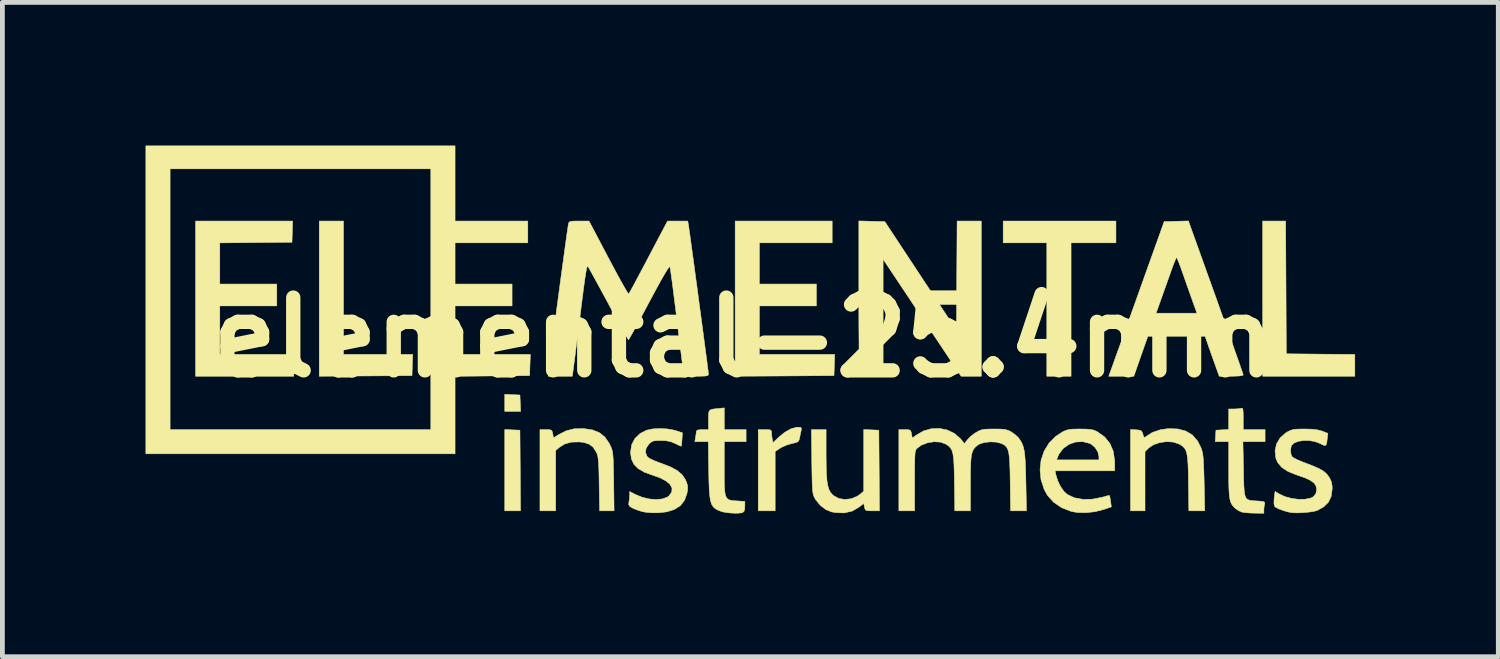
<source format=kicad_pcb>
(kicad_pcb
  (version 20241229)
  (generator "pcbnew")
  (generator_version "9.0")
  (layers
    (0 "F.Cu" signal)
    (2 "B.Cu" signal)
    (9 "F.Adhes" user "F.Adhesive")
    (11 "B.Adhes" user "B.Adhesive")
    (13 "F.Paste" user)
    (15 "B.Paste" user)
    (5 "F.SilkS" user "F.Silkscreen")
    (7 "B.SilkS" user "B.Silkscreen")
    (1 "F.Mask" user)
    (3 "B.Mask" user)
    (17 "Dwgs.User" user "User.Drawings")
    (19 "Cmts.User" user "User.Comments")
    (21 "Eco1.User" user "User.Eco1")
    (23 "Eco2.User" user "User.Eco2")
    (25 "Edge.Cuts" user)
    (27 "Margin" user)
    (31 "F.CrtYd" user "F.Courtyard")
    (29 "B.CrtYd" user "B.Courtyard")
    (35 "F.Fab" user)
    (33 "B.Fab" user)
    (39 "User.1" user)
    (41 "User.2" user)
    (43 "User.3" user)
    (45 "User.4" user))
  (footprint "elemental-25.4mm"
    (layer "F.Cu")
    (at 12.527 4.018)
    (property "Reference" "elemental-25.4mm" (at 0 0 0) (layer "F.SilkS") (effects (font (size 1.524 1.524) (thickness 0.3))))
    (attr through_hole)
    (fp_poly (pts (xy -4.845 1.936) (xy -4.686 1.943) (xy -4.673 3.632) (xy -5.004 3.632) (xy -5.004 1.928) (xy -4.845 1.936)) (stroke (width 0.01) (type solid)) (fill yes) (layer "F.SilkS"))
    (fp_poly (pts (xy -4.845 1.199) (xy -4.686 1.206) (xy -4.679 1.378) (xy -4.671 1.549) (xy -5.004 1.549) (xy -5.004 1.191) (xy -4.845 1.199)) (stroke (width 0.01) (type solid)) (fill yes) (layer "F.SilkS"))
    (fp_poly (pts (xy 11.367 0.343) (xy 12.084 0.35) (xy 12.802 0.356) (xy 12.802 0.813) (xy 10.871 0.813) (xy 10.871 -2.438) (xy 11.353 -2.438) (xy 11.367 0.343)) (stroke (width 0.01) (type solid)) (fill yes) (layer "F.SilkS"))
    (fp_poly (pts (xy -8.382 0.356) (xy -6.932 0.356) (xy -6.94 0.578) (xy -6.947 0.8) (xy -7.918 0.807) (xy -8.89 0.813) (xy -8.89 -2.438) (xy -8.382 -2.438) (xy -8.382 0.356)) (stroke (width 0.01) (type solid)) (fill yes) (layer "F.SilkS"))
    (fp_poly (pts (xy 7.798 -1.981) (xy 6.858 -1.981) (xy 6.858 0.813) (xy 6.35 0.813) (xy 6.35 -1.981) (xy 5.436 -1.981) (xy 5.436 -2.438) (xy 7.798 -2.438) (xy 7.798 -1.981)) (stroke (width 0.01) (type solid)) (fill yes) (layer "F.SilkS"))
    (fp_poly (pts (xy -9.454 -2.216) (xy -9.461 -1.994) (xy -10.217 -1.987) (xy -10.973 -1.98) (xy -10.973 -1.118) (xy -9.779 -1.118) (xy -9.779 -0.66) (xy -10.973 -0.66) (xy -10.973 0.356) (xy -9.423 0.356) (xy -9.423 0.813) (xy -11.481 0.813) (xy -11.481 -2.438) (xy -9.447 -2.438) (xy -9.454 -2.216)) (stroke (width 0.01) (type solid)) (fill yes) (layer "F.SilkS"))
    (fp_poly (pts (xy 1.854 -1.981) (xy 0.33 -1.981) (xy 0.33 -1.118) (xy 1.524 -1.118) (xy 1.524 -0.66) (xy 0.33 -0.66) (xy 0.33 0.356) (xy 1.907 0.356) (xy 1.9 0.578) (xy 1.892 0.8) (xy 0.857 0.807) (xy -0.178 0.813) (xy -0.178 -2.438) (xy 1.854 -2.438) (xy 1.854 -1.981)) (stroke (width 0.01) (type solid)) (fill yes) (layer "F.SilkS"))
    (fp_poly (pts (xy -6.045 -2.438) (xy -4.521 -2.438) (xy -4.521 -1.981) (xy -6.045 -1.981) (xy -6.045 -1.118) (xy -4.851 -1.118) (xy -4.851 -0.66) (xy -6.045 -0.66) (xy -6.045 0.356) (xy -4.468 0.356) (xy -4.476 0.578) (xy -4.483 0.8) (xy -6.045 0.814) (xy -6.045 2.438) (xy -12.522 2.438) (xy -12.522 -3.531) (xy -12.014 -3.531) (xy -12.014 1.93) (xy -6.553 1.93) (xy -6.553 -3.531) (xy -12.014 -3.531) (xy -12.522 -3.531) (xy -12.522 -4.013) (xy -6.045 -4.013) (xy -6.045 -2.438)) (stroke (width 0.01) (type solid)) (fill yes) (layer "F.SilkS"))
    (fp_poly (pts (xy 2.685 -2.433) (xy 2.957 -2.426) (xy 4.458 -0.15) (xy 4.464 -1.294) (xy 4.471 -2.438) (xy 4.725 -2.438) (xy 4.978 -2.438) (xy 4.978 0.813) (xy 4.555 0.813) (xy 3.738 -0.413) (xy 2.921 -1.638) (xy 2.921 0.813) (xy 2.684 0.813) (xy 2.579 0.811) (xy 2.494 0.807) (xy 2.441 0.8) (xy 2.43 0.796) (xy 2.427 0.768) (xy 2.424 0.694) (xy 2.422 0.578) (xy 2.419 0.424) (xy 2.417 0.236) (xy 2.416 0.019) (xy 2.414 -0.222) (xy 2.413 -0.484) (xy 2.413 -0.762) (xy 2.413 -0.831) (xy 2.413 -2.44) (xy 2.685 -2.433)) (stroke (width 0.01) (type solid)) (fill yes) (layer "F.SilkS"))
    (fp_poly (pts (xy 1.194 1.884) (xy 1.211 1.905) (xy 1.207 1.937) (xy 1.193 2) (xy 1.177 2.08) (xy 1.174 2.094) (xy 1.16 2.151) (xy 1.138 2.184) (xy 1.094 2.204) (xy 1.013 2.221) (xy 1.012 2.222) (xy 0.908 2.252) (xy 0.807 2.295) (xy 0.765 2.319) (xy 0.66 2.388) (xy 0.66 3.632) (xy 0.305 3.632) (xy 0.305 1.93) (xy 0.445 1.93) (xy 0.525 1.932) (xy 0.566 1.941) (xy 0.582 1.962) (xy 0.584 1.991) (xy 0.589 2.062) (xy 0.599 2.128) (xy 0.615 2.204) (xy 0.731 2.093) (xy 0.858 1.989) (xy 0.986 1.916) (xy 1.105 1.882) (xy 1.139 1.88) (xy 1.194 1.884)) (stroke (width 0.01) (type solid)) (fill yes) (layer "F.SilkS"))
    (fp_poly (pts (xy -3.346 1.91) (xy -3.166 1.937) (xy -3.022 1.994) (xy -2.908 2.086) (xy -2.817 2.217) (xy -2.789 2.274) (xy -2.77 2.316) (xy -2.756 2.359) (xy -2.746 2.409) (xy -2.738 2.474) (xy -2.732 2.561) (xy -2.728 2.677) (xy -2.725 2.83) (xy -2.722 3.016) (xy -2.714 3.632) (xy -3.017 3.632) (xy -3.027 3.067) (xy -3.03 2.879) (xy -3.034 2.735) (xy -3.04 2.626) (xy -3.047 2.547) (xy -3.056 2.488) (xy -3.069 2.443) (xy -3.085 2.405) (xy -3.087 2.402) (xy -3.153 2.3) (xy -3.237 2.235) (xy -3.35 2.199) (xy -3.439 2.189) (xy -3.609 2.193) (xy -3.749 2.232) (xy -3.861 2.303) (xy -3.937 2.367) (xy -3.937 3.632) (xy -4.267 3.632) (xy -4.267 1.93) (xy -4.141 1.93) (xy -4.066 1.932) (xy -4.027 1.944) (xy -4.008 1.975) (xy -3.999 2.017) (xy -3.983 2.104) (xy -3.871 2.033) (xy -3.715 1.955) (xy -3.55 1.914) (xy -3.361 1.909) (xy -3.346 1.91)) (stroke (width 0.01) (type solid)) (fill yes) (layer "F.SilkS"))
    (fp_poly (pts (xy 2.673 1.936) (xy 2.832 1.943) (xy 2.845 3.632) (xy 2.696 3.632) (xy 2.612 3.631) (xy 2.566 3.623) (xy 2.544 3.601) (xy 2.532 3.561) (xy 2.531 3.555) (xy 2.515 3.477) (xy 2.42 3.552) (xy 2.274 3.637) (xy 2.108 3.676) (xy 1.92 3.669) (xy 1.84 3.654) (xy 1.72 3.605) (xy 1.606 3.518) (xy 1.513 3.405) (xy 1.492 3.369) (xy 1.474 3.335) (xy 1.461 3.299) (xy 1.451 3.255) (xy 1.443 3.196) (xy 1.438 3.115) (xy 1.434 3.006) (xy 1.431 2.862) (xy 1.428 2.676) (xy 1.427 2.597) (xy 1.419 1.93) (xy 1.727 1.93) (xy 1.727 2.459) (xy 1.729 2.68) (xy 1.734 2.857) (xy 1.745 2.995) (xy 1.762 3.102) (xy 1.786 3.183) (xy 1.819 3.245) (xy 1.862 3.295) (xy 1.879 3.31) (xy 1.989 3.372) (xy 2.118 3.394) (xy 2.253 3.379) (xy 2.379 3.327) (xy 2.437 3.286) (xy 2.515 3.221) (xy 2.515 1.928) (xy 2.673 1.936)) (stroke (width 0.01) (type solid)) (fill yes) (layer "F.SilkS"))
    (fp_poly (pts (xy 9.095 1.917) (xy 9.264 1.962) (xy 9.403 2.047) (xy 9.51 2.172) (xy 9.579 2.309) (xy 9.597 2.36) (xy 9.61 2.414) (xy 9.621 2.479) (xy 9.629 2.561) (xy 9.635 2.67) (xy 9.64 2.812) (xy 9.645 2.996) (xy 9.646 3.042) (xy 9.659 3.632) (xy 9.325 3.632) (xy 9.317 3.042) (xy 9.314 2.832) (xy 9.308 2.666) (xy 9.299 2.539) (xy 9.285 2.443) (xy 9.265 2.372) (xy 9.236 2.32) (xy 9.197 2.281) (xy 9.148 2.248) (xy 9.119 2.232) (xy 9 2.192) (xy 8.86 2.183) (xy 8.716 2.202) (xy 8.585 2.247) (xy 8.483 2.316) (xy 8.481 2.318) (xy 8.407 2.392) (xy 8.407 3.632) (xy 8.103 3.632) (xy 8.103 1.928) (xy 8.222 1.935) (xy 8.295 1.943) (xy 8.334 1.961) (xy 8.355 1.999) (xy 8.363 2.028) (xy 8.38 2.083) (xy 8.399 2.096) (xy 8.428 2.076) (xy 8.561 1.99) (xy 8.728 1.934) (xy 8.893 1.91) (xy 9.095 1.917)) (stroke (width 0.01) (type solid)) (fill yes) (layer "F.SilkS"))
    (fp_poly (pts (xy -0.406 1.93) (xy 0.051 1.93) (xy 0.051 2.184) (xy -0.406 2.184) (xy -0.406 2.74) (xy -0.406 2.941) (xy -0.404 3.097) (xy -0.397 3.214) (xy -0.384 3.298) (xy -0.361 3.355) (xy -0.328 3.39) (xy -0.281 3.409) (xy -0.219 3.419) (xy -0.143 3.424) (xy 0.025 3.435) (xy 0.025 3.519) (xy 0.022 3.599) (xy 0.005 3.648) (xy -0.036 3.673) (xy -0.11 3.681) (xy -0.187 3.682) (xy -0.294 3.676) (xy -0.396 3.663) (xy -0.464 3.647) (xy -0.537 3.618) (xy -0.595 3.587) (xy -0.639 3.546) (xy -0.673 3.49) (xy -0.696 3.413) (xy -0.712 3.31) (xy -0.722 3.173) (xy -0.728 2.997) (xy -0.732 2.788) (xy -0.741 2.184) (xy -1.023 2.184) (xy -1.007 2.089) (xy -0.996 2.018) (xy -0.991 1.967) (xy -0.991 1.962) (xy -0.966 1.94) (xy -0.892 1.931) (xy -0.864 1.93) (xy -0.737 1.93) (xy -0.737 1.726) (xy -0.736 1.622) (xy -0.728 1.557) (xy -0.704 1.521) (xy -0.654 1.503) (xy -0.571 1.492) (xy -0.54 1.489) (xy -0.406 1.476) (xy -0.406 1.93)) (stroke (width 0.01) (type solid)) (fill yes) (layer "F.SilkS"))
    (fp_poly (pts (xy 10.456 1.502) (xy 10.462 1.551) (xy 10.465 1.638) (xy 10.465 1.699) (xy 10.465 1.93) (xy 10.922 1.93) (xy 10.922 2.184) (xy 10.458 2.184) (xy 10.47 2.757) (xy 10.473 2.955) (xy 10.478 3.109) (xy 10.486 3.224) (xy 10.5 3.306) (xy 10.521 3.36) (xy 10.554 3.393) (xy 10.599 3.411) (xy 10.659 3.42) (xy 10.738 3.424) (xy 10.746 3.425) (xy 10.84 3.431) (xy 10.892 3.44) (xy 10.914 3.454) (xy 10.915 3.478) (xy 10.912 3.489) (xy 10.9 3.557) (xy 10.897 3.613) (xy 10.897 3.683) (xy 10.7 3.681) (xy 10.594 3.677) (xy 10.499 3.669) (xy 10.434 3.658) (xy 10.43 3.657) (xy 10.357 3.623) (xy 10.293 3.576) (xy 10.253 3.536) (xy 10.222 3.493) (xy 10.198 3.441) (xy 10.182 3.372) (xy 10.171 3.281) (xy 10.164 3.161) (xy 10.161 3.004) (xy 10.16 2.804) (xy 10.16 2.769) (xy 10.16 2.184) (xy 9.878 2.184) (xy 9.893 1.943) (xy 10.027 1.935) (xy 10.16 1.928) (xy 10.16 1.499) (xy 10.272 1.499) (xy 10.351 1.495) (xy 10.412 1.487) (xy 10.425 1.483) (xy 10.444 1.482) (xy 10.456 1.502)) (stroke (width 0.01) (type solid)) (fill yes) (layer "F.SilkS"))
    (fp_poly (pts (xy 7.175 1.92) (xy 7.264 1.927) (xy 7.331 1.941) (xy 7.389 1.965) (xy 7.404 1.973) (xy 7.559 2.082) (xy 7.672 2.221) (xy 7.743 2.388) (xy 7.771 2.582) (xy 7.772 2.61) (xy 7.772 2.794) (xy 6.524 2.794) (xy 6.54 2.877) (xy 6.579 3.003) (xy 6.639 3.125) (xy 6.711 3.228) (xy 6.778 3.289) (xy 6.928 3.359) (xy 7.107 3.392) (xy 7.305 3.388) (xy 7.517 3.346) (xy 7.537 3.34) (xy 7.607 3.32) (xy 7.653 3.311) (xy 7.663 3.311) (xy 7.671 3.339) (xy 7.681 3.399) (xy 7.686 3.434) (xy 7.702 3.549) (xy 7.54 3.604) (xy 7.362 3.65) (xy 7.173 3.671) (xy 6.993 3.668) (xy 6.859 3.644) (xy 6.658 3.565) (xy 6.492 3.451) (xy 6.362 3.306) (xy 6.295 3.184) (xy 6.228 2.978) (xy 6.208 2.771) (xy 6.23 2.57) (xy 6.232 2.565) (xy 6.554 2.565) (xy 7.442 2.565) (xy 7.442 2.496) (xy 7.42 2.399) (xy 7.362 2.306) (xy 7.281 2.236) (xy 7.252 2.221) (xy 7.102 2.183) (xy 6.953 2.191) (xy 6.815 2.239) (xy 6.696 2.323) (xy 6.606 2.441) (xy 6.58 2.499) (xy 6.554 2.565) (xy 6.232 2.565) (xy 6.294 2.382) (xy 6.397 2.213) (xy 6.538 2.071) (xy 6.68 1.978) (xy 6.742 1.949) (xy 6.805 1.931) (xy 6.883 1.921) (xy 6.992 1.918) (xy 7.048 1.918) (xy 7.175 1.92)) (stroke (width 0.01) (type solid)) (fill yes) (layer "F.SilkS"))
    (fp_poly (pts (xy 9.342 -2.369) (xy 9.354 -2.334) (xy 9.383 -2.254) (xy 9.425 -2.136) (xy 9.481 -1.982) (xy 9.547 -1.797) (xy 9.623 -1.586) (xy 9.706 -1.353) (xy 9.797 -1.101) (xy 9.892 -0.836) (xy 9.916 -0.769) (xy 10.011 -0.502) (xy 10.101 -0.25) (xy 10.185 -0.015) (xy 10.26 0.197) (xy 10.326 0.383) (xy 10.381 0.539) (xy 10.423 0.66) (xy 10.451 0.743) (xy 10.464 0.784) (xy 10.465 0.787) (xy 10.44 0.799) (xy 10.372 0.808) (xy 10.264 0.812) (xy 10.213 0.813) (xy 9.962 0.813) (xy 9.886 0.603) (xy 9.839 0.471) (xy 9.786 0.322) (xy 9.739 0.188) (xy 9.738 0.184) (xy 9.665 -0.025) (xy 9.066 -0.025) (xy 8.467 -0.025) (xy 8.172 0.813) (xy 7.647 0.813) (xy 7.723 0.603) (xy 7.746 0.541) (xy 7.783 0.435) (xy 7.835 0.292) (xy 7.898 0.117) (xy 7.971 -0.087) (xy 8.052 -0.313) (xy 8.122 -0.508) (xy 8.639 -0.508) (xy 9.495 -0.508) (xy 9.41 -0.743) (xy 9.369 -0.859) (xy 9.317 -1.005) (xy 9.261 -1.163) (xy 9.208 -1.315) (xy 9.203 -1.327) (xy 9.16 -1.451) (xy 9.121 -1.555) (xy 9.09 -1.631) (xy 9.072 -1.672) (xy 9.068 -1.676) (xy 9.055 -1.654) (xy 9.029 -1.592) (xy 8.993 -1.501) (xy 8.952 -1.388) (xy 8.944 -1.365) (xy 8.89 -1.213) (xy 8.83 -1.045) (xy 8.773 -0.884) (xy 8.736 -0.781) (xy 8.639 -0.508) (xy 8.122 -0.508) (xy 8.139 -0.557) (xy 8.231 -0.813) (xy 8.303 -1.016) (xy 8.808 -2.426) (xy 9.062 -2.433) (xy 9.316 -2.44) (xy 9.342 -2.369)) (stroke (width 0.01) (type solid)) (fill yes) (layer "F.SilkS"))
    (fp_poly (pts (xy -1.605 1.916) (xy -1.459 1.942) (xy -1.422 1.952) (xy -1.283 1.997) (xy -1.291 2.135) (xy -1.297 2.212) (xy -1.302 2.265) (xy -1.305 2.279) (xy -1.329 2.271) (xy -1.384 2.247) (xy -1.434 2.222) (xy -1.528 2.183) (xy -1.625 2.164) (xy -1.733 2.159) (xy -1.83 2.161) (xy -1.892 2.17) (xy -1.937 2.192) (xy -1.981 2.231) (xy -1.983 2.233) (xy -2.042 2.319) (xy -2.057 2.407) (xy -2.026 2.487) (xy -2.003 2.513) (xy -1.955 2.543) (xy -1.873 2.581) (xy -1.77 2.622) (xy -1.709 2.643) (xy -1.527 2.714) (xy -1.389 2.79) (xy -1.289 2.876) (xy -1.221 2.977) (xy -1.208 3.005) (xy -1.18 3.083) (xy -1.171 3.147) (xy -1.179 3.223) (xy -1.188 3.269) (xy -1.239 3.413) (xy -1.326 3.524) (xy -1.451 3.604) (xy -1.614 3.654) (xy -1.789 3.673) (xy -1.916 3.673) (xy -2.038 3.664) (xy -2.121 3.649) (xy -2.215 3.62) (xy -2.305 3.585) (xy -2.333 3.571) (xy -2.389 3.536) (xy -2.408 3.5) (xy -2.403 3.449) (xy -2.391 3.366) (xy -2.388 3.3) (xy -2.388 3.228) (xy -2.267 3.29) (xy -2.123 3.349) (xy -1.973 3.384) (xy -1.828 3.395) (xy -1.699 3.382) (xy -1.596 3.343) (xy -1.559 3.314) (xy -1.505 3.234) (xy -1.501 3.155) (xy -1.543 3.077) (xy -1.632 3.003) (xy -1.763 2.936) (xy -1.898 2.889) (xy -2.077 2.824) (xy -2.209 2.748) (xy -2.299 2.657) (xy -2.351 2.547) (xy -2.369 2.413) (xy -2.369 2.4) (xy -2.346 2.248) (xy -2.278 2.117) (xy -2.17 2.013) (xy -2.035 1.944) (xy -1.912 1.917) (xy -1.763 1.908) (xy -1.605 1.916)) (stroke (width 0.01) (type solid)) (fill yes) (layer "F.SilkS"))
    (fp_poly (pts (xy 11.902 1.922) (xy 12.019 1.936) (xy 12.112 1.96) (xy 12.12 1.963) (xy 12.238 2.009) (xy 12.225 2.116) (xy 12.214 2.207) (xy 12.198 2.255) (xy 12.169 2.265) (xy 12.118 2.245) (xy 12.075 2.222) (xy 11.967 2.181) (xy 11.846 2.16) (xy 11.725 2.16) (xy 11.615 2.177) (xy 11.528 2.213) (xy 11.475 2.265) (xy 11.471 2.274) (xy 11.456 2.357) (xy 11.464 2.443) (xy 11.487 2.498) (xy 11.523 2.524) (xy 11.596 2.561) (xy 11.695 2.603) (xy 11.792 2.64) (xy 11.947 2.7) (xy 12.062 2.752) (xy 12.147 2.802) (xy 12.21 2.857) (xy 12.26 2.922) (xy 12.272 2.94) (xy 12.311 3.023) (xy 12.327 3.115) (xy 12.327 3.177) (xy 12.306 3.331) (xy 12.247 3.454) (xy 12.146 3.552) (xy 12.014 3.624) (xy 11.943 3.644) (xy 11.839 3.659) (xy 11.718 3.67) (xy 11.599 3.675) (xy 11.498 3.672) (xy 11.455 3.667) (xy 11.357 3.643) (xy 11.26 3.611) (xy 11.179 3.578) (xy 11.129 3.548) (xy 11.125 3.543) (xy 11.108 3.487) (xy 11.111 3.385) (xy 11.113 3.367) (xy 11.131 3.225) (xy 11.213 3.276) (xy 11.335 3.333) (xy 11.476 3.372) (xy 11.623 3.391) (xy 11.762 3.389) (xy 11.878 3.365) (xy 11.929 3.34) (xy 11.984 3.276) (xy 12.003 3.19) (xy 11.989 3.113) (xy 11.949 3.052) (xy 11.873 2.995) (xy 11.757 2.94) (xy 11.595 2.884) (xy 11.587 2.882) (xy 11.407 2.811) (xy 11.273 2.724) (xy 11.185 2.62) (xy 11.148 2.532) (xy 11.131 2.377) (xy 11.161 2.233) (xy 11.236 2.105) (xy 11.353 2.001) (xy 11.375 1.987) (xy 11.435 1.955) (xy 11.49 1.934) (xy 11.555 1.923) (xy 11.644 1.919) (xy 11.748 1.918) (xy 11.902 1.922)) (stroke (width 0.01) (type solid)) (fill yes) (layer "F.SilkS"))
    (fp_poly (pts (xy 4.266 1.939) (xy 4.414 2.01) (xy 4.538 2.118) (xy 4.543 2.124) (xy 4.624 2.223) (xy 4.689 2.14) (xy 4.75 2.077) (xy 4.832 2.013) (xy 4.872 1.988) (xy 4.932 1.955) (xy 4.987 1.934) (xy 5.052 1.923) (xy 5.141 1.919) (xy 5.245 1.918) (xy 5.368 1.919) (xy 5.454 1.925) (xy 5.518 1.939) (xy 5.573 1.961) (xy 5.605 1.978) (xy 5.682 2.032) (xy 5.749 2.094) (xy 5.765 2.113) (xy 5.804 2.17) (xy 5.835 2.228) (xy 5.859 2.295) (xy 5.877 2.376) (xy 5.89 2.479) (xy 5.9 2.611) (xy 5.906 2.779) (xy 5.911 2.99) (xy 5.912 3.016) (xy 5.924 3.632) (xy 5.591 3.632) (xy 5.583 3.029) (xy 5.58 2.815) (xy 5.574 2.646) (xy 5.566 2.516) (xy 5.553 2.418) (xy 5.533 2.347) (xy 5.506 2.296) (xy 5.471 2.26) (xy 5.424 2.233) (xy 5.39 2.218) (xy 5.29 2.193) (xy 5.169 2.187) (xy 5.049 2.199) (xy 4.948 2.229) (xy 4.909 2.251) (xy 4.861 2.289) (xy 4.824 2.33) (xy 4.796 2.38) (xy 4.776 2.446) (xy 4.763 2.535) (xy 4.755 2.653) (xy 4.751 2.807) (xy 4.75 3.003) (xy 4.75 3.054) (xy 4.75 3.632) (xy 4.423 3.632) (xy 4.415 3.042) (xy 4.411 2.833) (xy 4.406 2.668) (xy 4.398 2.541) (xy 4.385 2.446) (xy 4.366 2.375) (xy 4.339 2.323) (xy 4.303 2.283) (xy 4.258 2.249) (xy 4.234 2.234) (xy 4.123 2.193) (xy 3.991 2.185) (xy 3.853 2.206) (xy 3.726 2.255) (xy 3.639 2.317) (xy 3.621 2.335) (xy 3.607 2.356) (xy 3.597 2.386) (xy 3.59 2.431) (xy 3.586 2.499) (xy 3.583 2.594) (xy 3.582 2.725) (xy 3.581 2.896) (xy 3.581 3.002) (xy 3.581 3.632) (xy 3.251 3.632) (xy 3.251 1.93) (xy 3.375 1.93) (xy 3.45 1.932) (xy 3.489 1.945) (xy 3.507 1.977) (xy 3.516 2.02) (xy 3.533 2.109) (xy 3.616 2.046) (xy 3.767 1.959) (xy 3.932 1.912) (xy 4.102 1.906) (xy 4.266 1.939)) (stroke (width 0.01) (type solid)) (fill yes) (layer "F.SilkS"))
    (fp_poly (pts (xy -1.156 -2.356) (xy -1.149 -2.308) (xy -1.136 -2.216) (xy -1.118 -2.087) (xy -1.096 -1.926) (xy -1.07 -1.737) (xy -1.041 -1.527) (xy -1.011 -1.3) (xy -0.978 -1.062) (xy -0.946 -0.818) (xy -0.913 -0.574) (xy -0.881 -0.334) (xy -0.85 -0.105) (xy -0.822 0.109) (xy -0.796 0.302) (xy -0.774 0.468) (xy -0.757 0.604) (xy -0.744 0.702) (xy -0.738 0.759) (xy -0.737 0.77) (xy -0.742 0.79) (xy -0.766 0.802) (xy -0.815 0.809) (xy -0.9 0.812) (xy -0.99 0.813) (xy -1.106 0.812) (xy -1.18 0.809) (xy -1.223 0.801) (xy -1.245 0.786) (xy -1.255 0.762) (xy -1.256 0.756) (xy -1.262 0.719) (xy -1.273 0.637) (xy -1.288 0.516) (xy -1.308 0.361) (xy -1.331 0.178) (xy -1.356 -0.027) (xy -1.384 -0.25) (xy -1.398 -0.368) (xy -1.426 -0.597) (xy -1.453 -0.811) (xy -1.477 -1.004) (xy -1.499 -1.172) (xy -1.518 -1.309) (xy -1.532 -1.409) (xy -1.542 -1.467) (xy -1.545 -1.479) (xy -1.558 -1.475) (xy -1.588 -1.437) (xy -1.636 -1.361) (xy -1.703 -1.246) (xy -1.79 -1.09) (xy -1.897 -0.892) (xy -1.981 -0.736) (xy -2.078 -0.553) (xy -2.169 -0.385) (xy -2.249 -0.237) (xy -2.316 -0.115) (xy -2.368 -0.023) (xy -2.401 0.034) (xy -2.413 0.05) (xy -2.427 0.029) (xy -2.463 -0.032) (xy -2.517 -0.128) (xy -2.587 -0.253) (xy -2.668 -0.402) (xy -2.76 -0.57) (xy -2.831 -0.701) (xy -2.928 -0.881) (xy -3.019 -1.048) (xy -3.1 -1.197) (xy -3.168 -1.321) (xy -3.22 -1.415) (xy -3.254 -1.473) (xy -3.264 -1.49) (xy -3.273 -1.489) (xy -3.285 -1.46) (xy -3.298 -1.4) (xy -3.314 -1.304) (xy -3.334 -1.17) (xy -3.358 -0.994) (xy -3.386 -0.772) (xy -3.401 -0.657) (xy -3.428 -0.436) (xy -3.456 -0.217) (xy -3.482 -0.009) (xy -3.506 0.18) (xy -3.526 0.34) (xy -3.542 0.464) (xy -3.549 0.514) (xy -3.588 0.813) (xy -4.089 0.813) (xy -4.089 0.749) (xy -4.086 0.714) (xy -4.077 0.634) (xy -4.062 0.514) (xy -4.042 0.36) (xy -4.018 0.178) (xy -3.991 -0.028) (xy -3.961 -0.252) (xy -3.93 -0.489) (xy -3.897 -0.733) (xy -3.864 -0.978) (xy -3.832 -1.221) (xy -3.8 -1.454) (xy -3.77 -1.673) (xy -3.743 -1.872) (xy -3.719 -2.046) (xy -3.699 -2.189) (xy -3.683 -2.297) (xy -3.673 -2.364) (xy -3.67 -2.381) (xy -3.66 -2.409) (xy -3.639 -2.426) (xy -3.595 -2.435) (xy -3.519 -2.438) (xy -3.448 -2.438) (xy -3.239 -2.438) (xy -2.832 -1.665) (xy -2.736 -1.485) (xy -2.648 -1.32) (xy -2.569 -1.177) (xy -2.502 -1.059) (xy -2.452 -0.972) (xy -2.419 -0.921) (xy -2.408 -0.91) (xy -2.393 -0.936) (xy -2.356 -1.001) (xy -2.302 -1.101) (xy -2.233 -1.23) (xy -2.152 -1.382) (xy -2.062 -1.552) (xy -1.993 -1.683) (xy -1.595 -2.438) (xy -1.171 -2.438) (xy -1.156 -2.356)) (stroke (width 0.01) (type solid)) (fill yes) (layer "F.SilkS")))
  (gr_rect
    (start -3 -3)
    (end 28.334 10.706)
    (stroke (width 0.1) (type default))
    (fill no)
    (layer "Edge.Cuts")))
</source>
